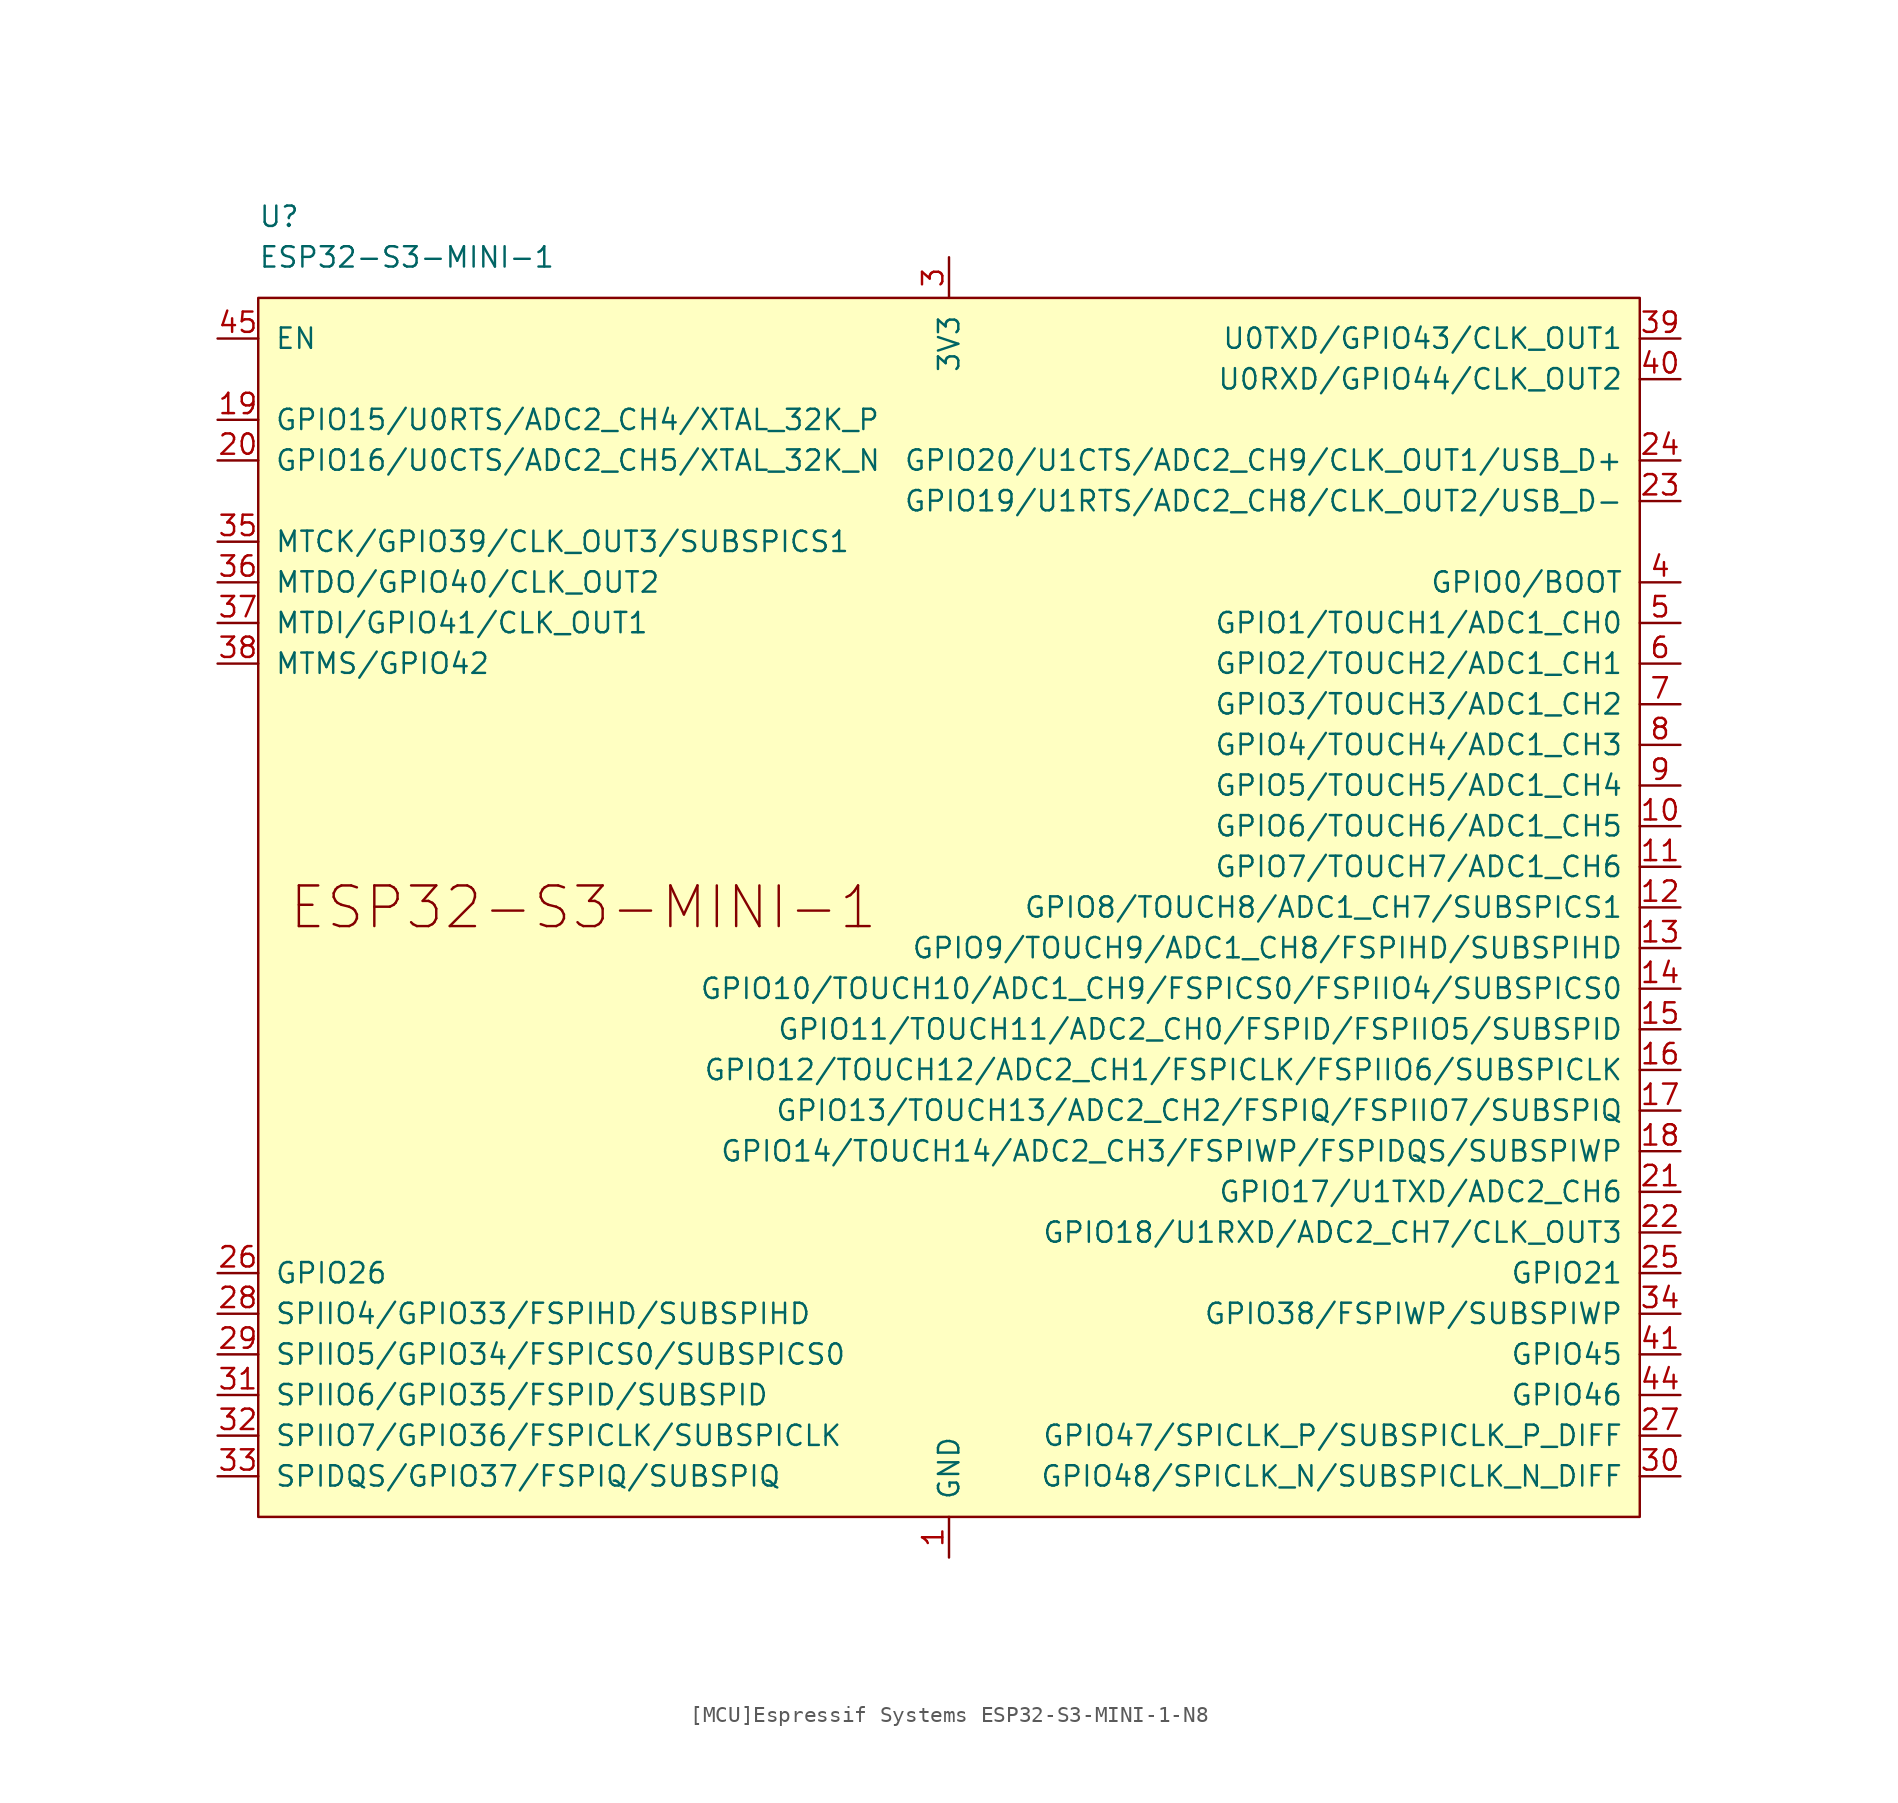
<source format=kicad_sym>
(kicad_symbol_lib
  (version 20211014)
  (generator https://github.com/uPesy/easyeda2kicad.py)
  (symbol "[MCU]Espressif Systems ESP32-S3-MINI-1-N8"
    (pin_names
      (offset 1.016))
    (property "Reference" "U"
      (at -43.18 43.18 0)
      (effects (font (size 1.27 1.27)) (justify left)))
    (property "Value" "ESP32-S3-MINI-1"
      (at -43.18 40.64 0)
      (effects (font (size 1.27 1.27)) (justify left)))
    (symbol "[MCU]Espressif Systems ESP32-S3-MINI-1-N8_0_0"
      (text "ESP32-S3-MINI-1" (at -22.86 0 0) (effects (font (size 2.54 2.54))))
      (pin power_in line (at 0 -40.64 90) (length 2.54) (name "GND" (effects (font (size 1.27 1.27)))) (number "1" (effects (font (size 1.27 1.27)))))
      (pin bidirectional line (at 45.72 5.08 180) (length 2.54) (name "GPIO6/TOUCH6/ADC1_CH5" (effects (font (size 1.27 1.27)))) (number "10" (effects (font (size 1.27 1.27)))))
      (pin bidirectional line (at 45.72 2.54 180) (length 2.54) (name "GPIO7/TOUCH7/ADC1_CH6" (effects (font (size 1.27 1.27)))) (number "11" (effects (font (size 1.27 1.27)))))
      (pin bidirectional line (at 45.72 0 180) (length 2.54) (name "GPIO8/TOUCH8/ADC1_CH7/SUBSPICS1" (effects (font (size 1.27 1.27)))) (number "12" (effects (font (size 1.27 1.27)))))
      (pin bidirectional line (at 45.72 -2.54 180) (length 2.54) (name "GPIO9/TOUCH9/ADC1_CH8/FSPIHD/SUBSPIHD" (effects (font (size 1.27 1.27)))) (number "13" (effects (font (size 1.27 1.27)))))
      (pin bidirectional line (at 45.72 -5.08 180) (length 2.54) (name "GPIO10/TOUCH10/ADC1_CH9/FSPICS0/FSPIIO4/SUBSPICS0" (effects (font (size 1.27 1.27)))) (number "14" (effects (font (size 1.27 1.27)))))
      (pin bidirectional line (at 45.72 -7.62 180) (length 2.54) (name "GPIO11/TOUCH11/ADC2_CH0/FSPID/FSPIIO5/SUBSPID" (effects (font (size 1.27 1.27)))) (number "15" (effects (font (size 1.27 1.27)))))
      (pin bidirectional line (at 45.72 -10.16 180) (length 2.54) (name "GPIO12/TOUCH12/ADC2_CH1/FSPICLK/FSPIIO6/SUBSPICLK" (effects (font (size 1.27 1.27)))) (number "16" (effects (font (size 1.27 1.27)))))
      (pin bidirectional line (at 45.72 -12.7 180) (length 2.54) (name "GPIO13/TOUCH13/ADC2_CH2/FSPIQ/FSPIIO7/SUBSPIQ" (effects (font (size 1.27 1.27)))) (number "17" (effects (font (size 1.27 1.27)))))
      (pin bidirectional line (at 45.72 -15.24 180) (length 2.54) (name "GPIO14/TOUCH14/ADC2_CH3/FSPIWP/FSPIDQS/SUBSPIWP" (effects (font (size 1.27 1.27)))) (number "18" (effects (font (size 1.27 1.27)))))
      (pin bidirectional line (at -45.72 30.48 0) (length 2.54) (name "GPIO15/U0RTS/ADC2_CH4/XTAL_32K_P" (effects (font (size 1.27 1.27)))) (number "19" (effects (font (size 1.27 1.27)))))
      (pin passive line (at 0 -40.64 90) (length 2.54) hide (name "GND" (effects (font (size 1.27 1.27)))) (number "2" (effects (font (size 1.27 1.27)))))
      (pin bidirectional line (at -45.72 27.94 0) (length 2.54) (name "GPIO16/U0CTS/ADC2_CH5/XTAL_32K_N" (effects (font (size 1.27 1.27)))) (number "20" (effects (font (size 1.27 1.27)))))
      (pin bidirectional line (at 45.72 -17.78 180) (length 2.54) (name "GPIO17/U1TXD/ADC2_CH6" (effects (font (size 1.27 1.27)))) (number "21" (effects (font (size 1.27 1.27)))))
      (pin bidirectional line (at 45.72 -20.32 180) (length 2.54) (name "GPIO18/U1RXD/ADC2_CH7/CLK_OUT3" (effects (font (size 1.27 1.27)))) (number "22" (effects (font (size 1.27 1.27)))))
      (pin bidirectional line (at 45.72 25.4 180) (length 2.54) (name "GPIO19/U1RTS/ADC2_CH8/CLK_OUT2/USB_D-" (effects (font (size 1.27 1.27)))) (number "23" (effects (font (size 1.27 1.27)))))
      (pin bidirectional line (at 45.72 27.94 180) (length 2.54) (name "GPIO20/U1CTS/ADC2_CH9/CLK_OUT1/USB_D+" (effects (font (size 1.27 1.27)))) (number "24" (effects (font (size 1.27 1.27)))))
      (pin bidirectional line (at 45.72 -22.86 180) (length 2.54) (name "GPIO21" (effects (font (size 1.27 1.27)))) (number "25" (effects (font (size 1.27 1.27)))))
      (pin bidirectional line (at -45.72 -22.86 0) (length 2.54) (name "GPIO26" (effects (font (size 1.27 1.27)))) (number "26" (effects (font (size 1.27 1.27)))))
      (pin bidirectional line (at 45.72 -33.02 180) (length 2.54) (name "GPIO47/SPICLK_P/SUBSPICLK_P_DIFF" (effects (font (size 1.27 1.27)))) (number "27" (effects (font (size 1.27 1.27)))))
      (pin bidirectional line (at -45.72 -25.4 0) (length 2.54) (name "SPIIO4/GPIO33/FSPIHD/SUBSPIHD" (effects (font (size 1.27 1.27)))) (number "28" (effects (font (size 1.27 1.27)))))
      (pin bidirectional line (at -45.72 -27.94 0) (length 2.54) (name "SPIIO5/GPIO34/FSPICS0/SUBSPICS0" (effects (font (size 1.27 1.27)))) (number "29" (effects (font (size 1.27 1.27)))))
      (pin power_in line (at 0 40.64 270) (length 2.54) (name "3V3" (effects (font (size 1.27 1.27)))) (number "3" (effects (font (size 1.27 1.27)))))
      (pin bidirectional line (at 45.72 -35.56 180) (length 2.54) (name "GPIO48/SPICLK_N/SUBSPICLK_N_DIFF" (effects (font (size 1.27 1.27)))) (number "30" (effects (font (size 1.27 1.27)))))
      (pin bidirectional line (at -45.72 -30.48 0) (length 2.54) (name "SPIIO6/GPIO35/FSPID/SUBSPID" (effects (font (size 1.27 1.27)))) (number "31" (effects (font (size 1.27 1.27)))))
      (pin bidirectional line (at -45.72 -33.02 0) (length 2.54) (name "SPIIO7/GPIO36/FSPICLK/SUBSPICLK" (effects (font (size 1.27 1.27)))) (number "32" (effects (font (size 1.27 1.27)))))
      (pin bidirectional line (at -45.72 -35.56 0) (length 2.54) (name "SPIDQS/GPIO37/FSPIQ/SUBSPIQ" (effects (font (size 1.27 1.27)))) (number "33" (effects (font (size 1.27 1.27)))))
      (pin bidirectional line (at 45.72 -25.4 180) (length 2.54) (name "GPIO38/FSPIWP/SUBSPIWP" (effects (font (size 1.27 1.27)))) (number "34" (effects (font (size 1.27 1.27)))))
      (pin bidirectional line (at -45.72 22.86 0) (length 2.54) (name "MTCK/GPIO39/CLK_OUT3/SUBSPICS1" (effects (font (size 1.27 1.27)))) (number "35" (effects (font (size 1.27 1.27)))))
      (pin bidirectional line (at -45.72 20.32 0) (length 2.54) (name "MTDO/GPIO40/CLK_OUT2" (effects (font (size 1.27 1.27)))) (number "36" (effects (font (size 1.27 1.27)))))
      (pin bidirectional line (at -45.72 17.78 0) (length 2.54) (name "MTDI/GPIO41/CLK_OUT1" (effects (font (size 1.27 1.27)))) (number "37" (effects (font (size 1.27 1.27)))))
      (pin bidirectional line (at -45.72 15.24 0) (length 2.54) (name "MTMS/GPIO42" (effects (font (size 1.27 1.27)))) (number "38" (effects (font (size 1.27 1.27)))))
      (pin bidirectional line (at 45.72 35.56 180) (length 2.54) (name "U0TXD/GPIO43/CLK_OUT1" (effects (font (size 1.27 1.27)))) (number "39" (effects (font (size 1.27 1.27)))))
      (pin bidirectional line (at 45.72 20.32 180) (length 2.54) (name "GPIO0/BOOT" (effects (font (size 1.27 1.27)))) (number "4" (effects (font (size 1.27 1.27)))))
      (pin bidirectional line (at 45.72 33.02 180) (length 2.54) (name "U0RXD/GPIO44/CLK_OUT2" (effects (font (size 1.27 1.27)))) (number "40" (effects (font (size 1.27 1.27)))))
      (pin bidirectional line (at 45.72 -27.94 180) (length 2.54) (name "GPIO45" (effects (font (size 1.27 1.27)))) (number "41" (effects (font (size 1.27 1.27)))))
      (pin passive line (at 0 -40.64 90) (length 2.54) hide (name "GND" (effects (font (size 1.27 1.27)))) (number "42" (effects (font (size 1.27 1.27)))))
      (pin passive line (at 0 -40.64 90) (length 2.54) hide (name "GND" (effects (font (size 1.27 1.27)))) (number "43" (effects (font (size 1.27 1.27)))))
      (pin bidirectional line (at 45.72 -30.48 180) (length 2.54) (name "GPIO46" (effects (font (size 1.27 1.27)))) (number "44" (effects (font (size 1.27 1.27)))))
      (pin input line (at -45.72 35.56 0) (length 2.54) (name "EN" (effects (font (size 1.27 1.27)))) (number "45" (effects (font (size 1.27 1.27)))))
      (pin passive line (at 0 -40.64 90) (length 2.54) hide (name "GND" (effects (font (size 1.27 1.27)))) (number "46" (effects (font (size 1.27 1.27)))))
      (pin passive line (at 0 -40.64 90) (length 2.54) hide (name "GND" (effects (font (size 1.27 1.27)))) (number "47" (effects (font (size 1.27 1.27)))))
      (pin passive line (at 0 -40.64 90) (length 2.54) hide (name "GND" (effects (font (size 1.27 1.27)))) (number "48" (effects (font (size 1.27 1.27)))))
      (pin passive line (at 0 -40.64 90) (length 2.54) hide (name "GND" (effects (font (size 1.27 1.27)))) (number "49" (effects (font (size 1.27 1.27)))))
      (pin bidirectional line (at 45.72 17.78 180) (length 2.54) (name "GPIO1/TOUCH1/ADC1_CH0" (effects (font (size 1.27 1.27)))) (number "5" (effects (font (size 1.27 1.27)))))
      (pin passive line (at 0 -40.64 90) (length 2.54) hide (name "GND" (effects (font (size 1.27 1.27)))) (number "50" (effects (font (size 1.27 1.27)))))
      (pin passive line (at 0 -40.64 90) (length 2.54) hide (name "GND" (effects (font (size 1.27 1.27)))) (number "51" (effects (font (size 1.27 1.27)))))
      (pin passive line (at 0 -40.64 90) (length 2.54) hide (name "GND" (effects (font (size 1.27 1.27)))) (number "52" (effects (font (size 1.27 1.27)))))
      (pin passive line (at 0 -40.64 90) (length 2.54) hide (name "GND" (effects (font (size 1.27 1.27)))) (number "53" (effects (font (size 1.27 1.27)))))
      (pin passive line (at 0 -40.64 90) (length 2.54) hide (name "GND" (effects (font (size 1.27 1.27)))) (number "54" (effects (font (size 1.27 1.27)))))
      (pin passive line (at 0 -40.64 90) (length 2.54) hide (name "GND" (effects (font (size 1.27 1.27)))) (number "55" (effects (font (size 1.27 1.27)))))
      (pin passive line (at 0 -40.64 90) (length 2.54) hide (name "GND" (effects (font (size 1.27 1.27)))) (number "56" (effects (font (size 1.27 1.27)))))
      (pin passive line (at 0 -40.64 90) (length 2.54) hide (name "GND" (effects (font (size 1.27 1.27)))) (number "57" (effects (font (size 1.27 1.27)))))
      (pin passive line (at 0 -40.64 90) (length 2.54) hide (name "GND" (effects (font (size 1.27 1.27)))) (number "58" (effects (font (size 1.27 1.27)))))
      (pin passive line (at 0 -40.64 90) (length 2.54) hide (name "GND" (effects (font (size 1.27 1.27)))) (number "59" (effects (font (size 1.27 1.27)))))
      (pin bidirectional line (at 45.72 15.24 180) (length 2.54) (name "GPIO2/TOUCH2/ADC1_CH1" (effects (font (size 1.27 1.27)))) (number "6" (effects (font (size 1.27 1.27)))))
      (pin passive line (at 0 -40.64 90) (length 2.54) hide (name "GND" (effects (font (size 1.27 1.27)))) (number "60" (effects (font (size 1.27 1.27)))))
      (pin passive line (at 0 -40.64 90) (length 2.54) hide (name "GND" (effects (font (size 1.27 1.27)))) (number "61" (effects (font (size 1.27 1.27)))))
      (pin passive line (at 0 -40.64 90) (length 2.54) hide (name "GND" (effects (font (size 1.27 1.27)))) (number "62" (effects (font (size 1.27 1.27)))))
      (pin passive line (at 0 -40.64 90) (length 2.54) hide (name "GND" (effects (font (size 1.27 1.27)))) (number "63" (effects (font (size 1.27 1.27)))))
      (pin passive line (at 0 -40.64 90) (length 2.54) hide (name "GND" (effects (font (size 1.27 1.27)))) (number "64" (effects (font (size 1.27 1.27)))))
      (pin passive line (at 0 -40.64 90) (length 2.54) hide (name "GND" (effects (font (size 1.27 1.27)))) (number "65" (effects (font (size 1.27 1.27)))))
      (pin bidirectional line (at 45.72 12.7 180) (length 2.54) (name "GPIO3/TOUCH3/ADC1_CH2" (effects (font (size 1.27 1.27)))) (number "7" (effects (font (size 1.27 1.27)))))
      (pin bidirectional line (at 45.72 10.16 180) (length 2.54) (name "GPIO4/TOUCH4/ADC1_CH3" (effects (font (size 1.27 1.27)))) (number "8" (effects (font (size 1.27 1.27)))))
      (pin bidirectional line (at 45.72 7.62 180) (length 2.54) (name "GPIO5/TOUCH5/ADC1_CH4" (effects (font (size 1.27 1.27)))) (number "9" (effects (font (size 1.27 1.27))))))
    (symbol "[MCU]Espressif Systems ESP32-S3-MINI-1-N8_0_1"
      (rectangle (start -43.18 38.1) (end 43.18 -38.1) (stroke (width 0) (type default)) (fill (type background))))))
</source>
